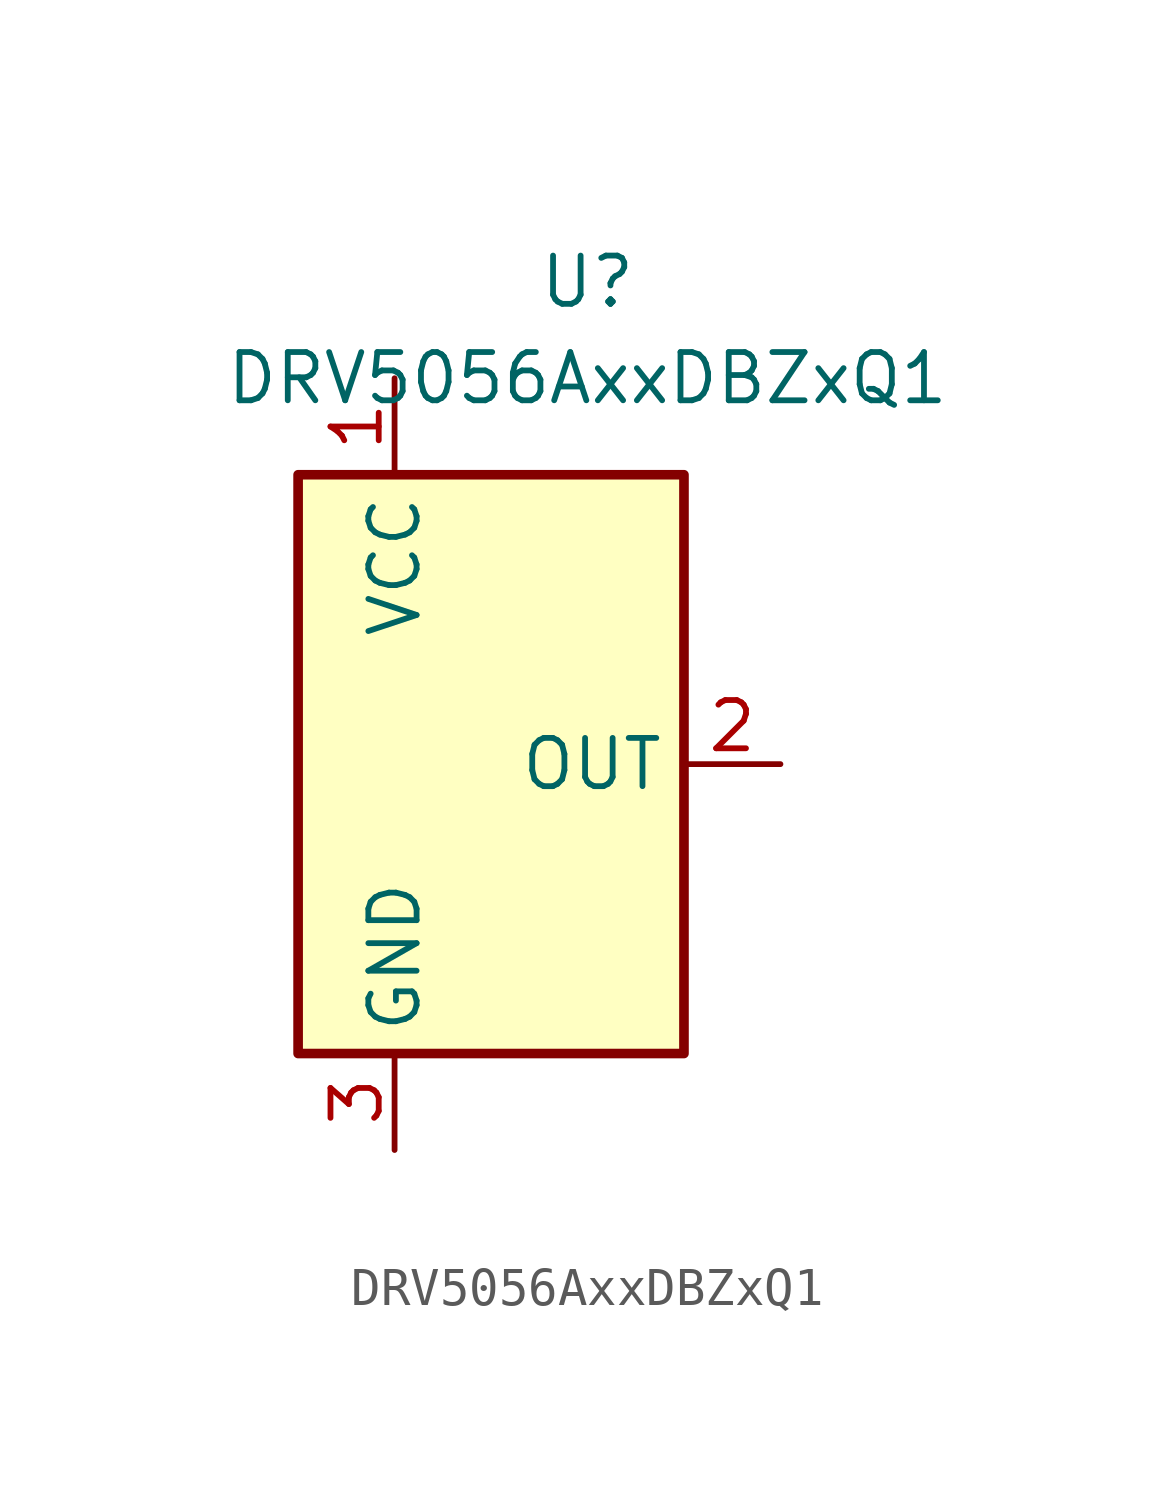
<source format=kicad_sym>
(kicad_symbol_lib
  (version 20231120)
  (generator "kicad_symbol_editor")
  (generator_version "8.0")
  (symbol "DRV5056AxxDBZxQ1"
    (property "Reference" "U"
      (at 2.54 12.7 0)
      (effects (font (size 1.27 1.27))))
    (property "Value" "DRV5056AxxDBZxQ1"
      (at 2.54 10.16 0)
      (effects (font (size 1.27 1.27))))
    (symbol "DRV5056AxxDBZxQ1_1_1"
      (rectangle (start -5.08 7.62) (end 5.08 -7.62) (stroke (width 0.254) (type default)) (fill (type background)))
      (pin power_in line (at -2.54 10.16 270) (length 2.54) (name "VCC" (effects (font (size 1.27 1.27)))) (number "1" (effects (font (size 1.27 1.27)))))
      (pin output line (at 7.62 0 180) (length 2.54) (name "OUT" (effects (font (size 1.27 1.27)))) (number "2" (effects (font (size 1.27 1.27)))))
      (pin power_in line (at -2.54 -10.16 90) (length 2.54) (name "GND" (effects (font (size 1.27 1.27)))) (number "3" (effects (font (size 1.27 1.27))))))))
</source>
